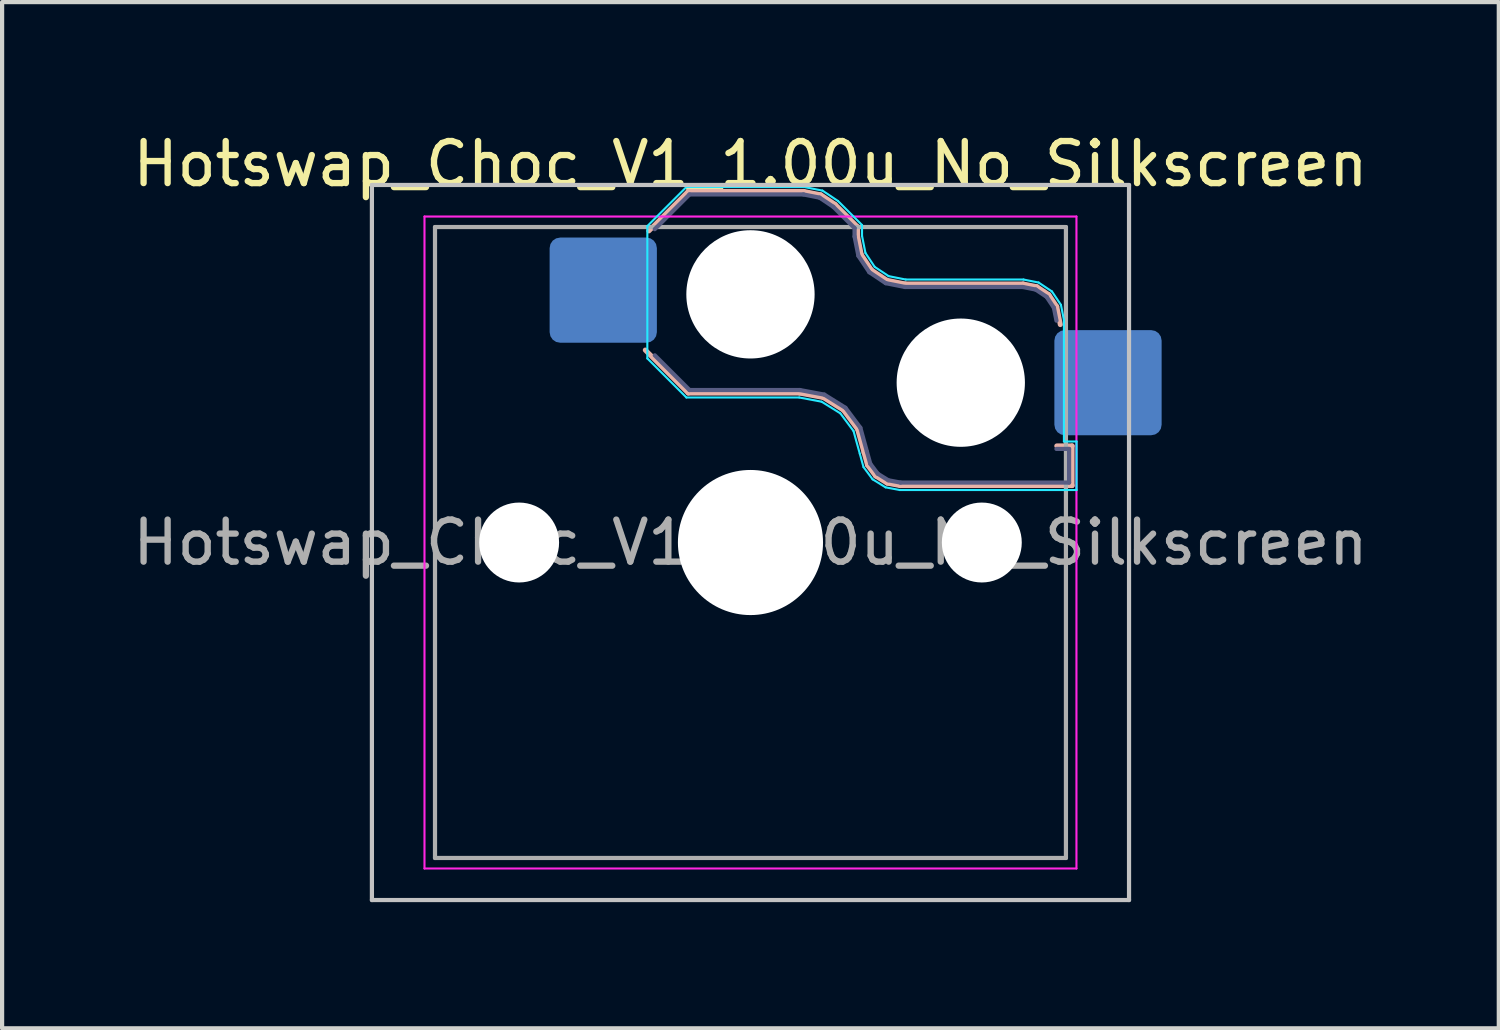
<source format=kicad_pcb>
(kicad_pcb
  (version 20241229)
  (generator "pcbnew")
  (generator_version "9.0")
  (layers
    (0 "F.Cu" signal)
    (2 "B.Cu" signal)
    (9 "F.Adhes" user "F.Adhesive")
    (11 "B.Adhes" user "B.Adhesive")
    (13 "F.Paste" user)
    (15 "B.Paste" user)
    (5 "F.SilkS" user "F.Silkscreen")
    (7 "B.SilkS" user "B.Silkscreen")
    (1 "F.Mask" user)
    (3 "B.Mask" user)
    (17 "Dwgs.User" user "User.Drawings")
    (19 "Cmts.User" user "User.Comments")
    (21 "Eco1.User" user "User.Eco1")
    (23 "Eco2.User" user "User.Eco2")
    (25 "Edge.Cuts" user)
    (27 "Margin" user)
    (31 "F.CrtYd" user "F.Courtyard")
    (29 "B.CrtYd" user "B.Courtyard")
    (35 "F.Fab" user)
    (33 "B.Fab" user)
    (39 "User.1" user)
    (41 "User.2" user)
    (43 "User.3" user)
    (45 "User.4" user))
  (footprint "Hotswap_Choc_V1_1.00u_No_Silkscreen"
    (layer "F.Cu")
    (at 14.792 9.848)
    (property "Reference" "Hotswap_Choc_V1_1.00u_No_Silkscreen" (at 0 -9 0) (layer "F.SilkS") (effects (font (size 1 1) (thickness 0.15))))
    (attr smd)
    (fp_line (start -2.416 -7.409) (end -1.479 -8.346) (stroke (width 0.12) (type solid)) (layer "B.SilkS"))
    (fp_line (start -1.479 -8.346) (end 1.268 -8.346) (stroke (width 0.12) (type solid)) (layer "B.SilkS"))
    (fp_line (start -1.479 -3.554) (end -2.5 -4.575) (stroke (width 0.12) (type solid)) (layer "B.SilkS"))
    (fp_line (start 1.168 -3.554) (end -1.479 -3.554) (stroke (width 0.12) (type solid)) (layer "B.SilkS"))
    (fp_line (start 1.268 -8.346) (end 1.671 -8.266) (stroke (width 0.12) (type solid)) (layer "B.SilkS"))
    (fp_line (start 1.671 -8.266) (end 2.013 -8.037) (stroke (width 0.12) (type solid)) (layer "B.SilkS"))
    (fp_line (start 1.73 -3.449) (end 1.168 -3.554) (stroke (width 0.12) (type solid)) (layer "B.SilkS"))
    (fp_line (start 2.013 -8.037) (end 2.546 -7.504) (stroke (width 0.12) (type solid)) (layer "B.SilkS"))
    (fp_line (start 2.209 -3.15) (end 1.73 -3.449) (stroke (width 0.12) (type solid)) (layer "B.SilkS"))
    (fp_line (start 2.546 -7.504) (end 2.546 -7.282) (stroke (width 0.12) (type solid)) (layer "B.SilkS"))
    (fp_line (start 2.546 -7.282) (end 2.633 -6.844) (stroke (width 0.12) (type solid)) (layer "B.SilkS"))
    (fp_line (start 2.547 -2.697) (end 2.209 -3.15) (stroke (width 0.12) (type solid)) (layer "B.SilkS"))
    (fp_line (start 2.633 -6.844) (end 2.877 -6.477) (stroke (width 0.12) (type solid)) (layer "B.SilkS"))
    (fp_line (start 2.701 -2.139) (end 2.547 -2.697) (stroke (width 0.12) (type solid)) (layer "B.SilkS"))
    (fp_line (start 2.783 -1.841) (end 2.701 -2.139) (stroke (width 0.12) (type solid)) (layer "B.SilkS"))
    (fp_line (start 2.877 -6.477) (end 3.244 -6.233) (stroke (width 0.12) (type solid)) (layer "B.SilkS"))
    (fp_line (start 2.976 -1.583) (end 2.783 -1.841) (stroke (width 0.12) (type solid)) (layer "B.SilkS"))
    (fp_line (start 3.244 -6.233) (end 3.682 -6.146) (stroke (width 0.12) (type solid)) (layer "B.SilkS"))
    (fp_line (start 3.25 -1.413) (end 2.976 -1.583) (stroke (width 0.12) (type solid)) (layer "B.SilkS"))
    (fp_line (start 3.56 -1.354) (end 3.25 -1.413) (stroke (width 0.12) (type solid)) (layer "B.SilkS"))
    (fp_line (start 3.682 -6.146) (end 6.482 -6.146) (stroke (width 0.12) (type solid)) (layer "B.SilkS"))
    (fp_line (start 6.482 -6.146) (end 6.809 -6.081) (stroke (width 0.12) (type solid)) (layer "B.SilkS"))
    (fp_line (start 6.809 -6.081) (end 7.092 -5.892) (stroke (width 0.12) (type solid)) (layer "B.SilkS"))
    (fp_line (start 7.092 -5.892) (end 7.281 -5.609) (stroke (width 0.12) (type solid)) (layer "B.SilkS"))
    (fp_line (start 7.281 -5.609) (end 7.366 -5.182) (stroke (width 0.12) (type solid)) (layer "B.SilkS"))
    (fp_line (start 7.283 -2.296) (end 7.646 -2.296) (stroke (width 0.12) (type solid)) (layer "B.SilkS"))
    (fp_line (start 7.646 -2.296) (end 7.646 -1.354) (stroke (width 0.12) (type solid)) (layer "B.SilkS"))
    (fp_line (start 7.646 -1.354) (end 3.56 -1.354) (stroke (width 0.12) (type solid)) (layer "B.SilkS"))
    (fp_line (start -9 -8.5) (end -9 8.5) (stroke (width 0.1) (type solid)) (layer "Dwgs.User"))
    (fp_line (start -9 8.5) (end 9 8.5) (stroke (width 0.1) (type solid)) (layer "Dwgs.User"))
    (fp_line (start 9 -8.5) (end -9 -8.5) (stroke (width 0.1) (type solid)) (layer "Dwgs.User"))
    (fp_line (start 9 8.5) (end 9 -8.5) (stroke (width 0.1) (type solid)) (layer "Dwgs.User"))
    (fp_line (start -7.25 -7.25) (end -7.25 7.25) (stroke (width 0.1) (type solid)) (layer "Eco1.User"))
    (fp_line (start -7.25 7.25) (end 7.25 7.25) (stroke (width 0.1) (type solid)) (layer "Eco1.User"))
    (fp_line (start 7.25 -7.25) (end -7.25 -7.25) (stroke (width 0.1) (type solid)) (layer "Eco1.User"))
    (fp_line (start 7.25 7.25) (end 7.25 -7.25) (stroke (width 0.1) (type solid)) (layer "Eco1.User"))
    (fp_line (start -2.452 -7.523) (end -1.523 -8.452) (stroke (width 0.05) (type solid)) (layer "B.CrtYd"))
    (fp_line (start -2.452 -4.377) (end -2.452 -7.523) (stroke (width 0.05) (type solid)) (layer "B.CrtYd"))
    (fp_line (start -1.523 -8.452) (end 1.278 -8.452) (stroke (width 0.05) (type solid)) (layer "B.CrtYd"))
    (fp_line (start -1.523 -3.448) (end -2.452 -4.377) (stroke (width 0.05) (type solid)) (layer "B.CrtYd"))
    (fp_line (start 1.159 -3.448) (end -1.523 -3.448) (stroke (width 0.05) (type solid)) (layer "B.CrtYd"))
    (fp_line (start 1.278 -8.452) (end 1.712 -8.366) (stroke (width 0.05) (type solid)) (layer "B.CrtYd"))
    (fp_line (start 1.691 -3.348) (end 1.159 -3.448) (stroke (width 0.05) (type solid)) (layer "B.CrtYd"))
    (fp_line (start 1.712 -8.366) (end 2.081 -8.119) (stroke (width 0.05) (type solid)) (layer "B.CrtYd"))
    (fp_line (start 2.081 -8.119) (end 2.652 -7.548) (stroke (width 0.05) (type solid)) (layer "B.CrtYd"))
    (fp_line (start 2.136 -3.071) (end 1.691 -3.348) (stroke (width 0.05) (type solid)) (layer "B.CrtYd"))
    (fp_line (start 2.45 -2.65) (end 2.136 -3.071) (stroke (width 0.05) (type solid)) (layer "B.CrtYd"))
    (fp_line (start 2.599 -2.111) (end 2.45 -2.65) (stroke (width 0.05) (type solid)) (layer "B.CrtYd"))
    (fp_line (start 2.652 -7.548) (end 2.652 -7.292) (stroke (width 0.05) (type solid)) (layer "B.CrtYd"))
    (fp_line (start 2.652 -7.292) (end 2.733 -6.885) (stroke (width 0.05) (type solid)) (layer "B.CrtYd"))
    (fp_line (start 2.687 -1.794) (end 2.599 -2.111) (stroke (width 0.05) (type solid)) (layer "B.CrtYd"))
    (fp_line (start 2.733 -6.885) (end 2.953 -6.553) (stroke (width 0.05) (type solid)) (layer "B.CrtYd"))
    (fp_line (start 2.903 -1.503) (end 2.687 -1.794) (stroke (width 0.05) (type solid)) (layer "B.CrtYd"))
    (fp_line (start 2.953 -6.553) (end 3.285 -6.333) (stroke (width 0.05) (type solid)) (layer "B.CrtYd"))
    (fp_line (start 3.211 -1.312) (end 2.903 -1.503) (stroke (width 0.05) (type solid)) (layer "B.CrtYd"))
    (fp_line (start 3.285 -6.333) (end 3.692 -6.252) (stroke (width 0.05) (type solid)) (layer "B.CrtYd"))
    (fp_line (start 3.55 -1.248) (end 3.211 -1.312) (stroke (width 0.05) (type solid)) (layer "B.CrtYd"))
    (fp_line (start 3.692 -6.252) (end 6.492 -6.252) (stroke (width 0.05) (type solid)) (layer "B.CrtYd"))
    (fp_line (start 6.492 -6.252) (end 6.85 -6.181) (stroke (width 0.05) (type solid)) (layer "B.CrtYd"))
    (fp_line (start 6.85 -6.181) (end 7.168 -5.968) (stroke (width 0.05) (type solid)) (layer "B.CrtYd"))
    (fp_line (start 7.168 -5.968) (end 7.381 -5.65) (stroke (width 0.05) (type solid)) (layer "B.CrtYd"))
    (fp_line (start 7.381 -5.65) (end 7.452 -5.292) (stroke (width 0.05) (type solid)) (layer "B.CrtYd"))
    (fp_line (start 7.452 -5.292) (end 7.452 -2.402) (stroke (width 0.05) (type solid)) (layer "B.CrtYd"))
    (fp_line (start 7.452 -2.402) (end 7.752 -2.402) (stroke (width 0.05) (type solid)) (layer "B.CrtYd"))
    (fp_line (start 7.752 -2.402) (end 7.752 -1.248) (stroke (width 0.05) (type solid)) (layer "B.CrtYd"))
    (fp_line (start 7.752 -1.248) (end 3.55 -1.248) (stroke (width 0.05) (type solid)) (layer "B.CrtYd"))
    (fp_line (start -7.75 -7.75) (end -7.75 7.75) (stroke (width 0.05) (type solid)) (layer "F.CrtYd"))
    (fp_line (start -7.75 7.75) (end 7.75 7.75) (stroke (width 0.05) (type solid)) (layer "F.CrtYd"))
    (fp_line (start 7.75 -7.75) (end -7.75 -7.75) (stroke (width 0.05) (type solid)) (layer "F.CrtYd"))
    (fp_line (start 7.75 7.75) (end 7.75 -7.75) (stroke (width 0.05) (type solid)) (layer "F.CrtYd"))
    (fp_line (start -2.275 -7.45) (end -1.45 -8.275) (stroke (width 0.1) (type solid)) (layer "B.Fab"))
    (fp_line (start -1.45 -8.275) (end 1.261 -8.275) (stroke (width 0.1) (type solid)) (layer "B.Fab"))
    (fp_line (start -1.45 -3.625) (end -2.275 -4.45) (stroke (width 0.1) (type solid)) (layer "B.Fab"))
    (fp_line (start 1.175 -3.625) (end -1.45 -3.625) (stroke (width 0.1) (type solid)) (layer "B.Fab"))
    (fp_line (start 1.261 -8.275) (end 1.643 -8.199) (stroke (width 0.1) (type solid)) (layer "B.Fab"))
    (fp_line (start 1.643 -8.199) (end 1.968 -7.982) (stroke (width 0.1) (type solid)) (layer "B.Fab"))
    (fp_line (start 1.756 -3.516) (end 1.175 -3.625) (stroke (width 0.1) (type solid)) (layer "B.Fab"))
    (fp_line (start 1.968 -7.982) (end 2.475 -7.475) (stroke (width 0.1) (type solid)) (layer "B.Fab"))
    (fp_line (start 2.258 -3.203) (end 1.756 -3.516) (stroke (width 0.1) (type solid)) (layer "B.Fab"))
    (fp_line (start 2.475 -7.475) (end 2.475 -7.275) (stroke (width 0.1) (type solid)) (layer "B.Fab"))
    (fp_line (start 2.475 -7.275) (end 2.566 -6.816) (stroke (width 0.1) (type solid)) (layer "B.Fab"))
    (fp_line (start 2.566 -6.816) (end 2.826 -6.426) (stroke (width 0.1) (type solid)) (layer "B.Fab"))
    (fp_line (start 2.612 -2.729) (end 2.258 -3.203) (stroke (width 0.1) (type solid)) (layer "B.Fab"))
    (fp_line (start 2.769 -2.158) (end 2.612 -2.729) (stroke (width 0.1) (type solid)) (layer "B.Fab"))
    (fp_line (start 2.826 -6.426) (end 3.216 -6.166) (stroke (width 0.1) (type solid)) (layer "B.Fab"))
    (fp_line (start 2.848 -1.873) (end 2.769 -2.158) (stroke (width 0.1) (type solid)) (layer "B.Fab"))
    (fp_line (start 3.025 -1.636) (end 2.848 -1.873) (stroke (width 0.1) (type solid)) (layer "B.Fab"))
    (fp_line (start 3.216 -6.166) (end 3.675 -6.075) (stroke (width 0.1) (type solid)) (layer "B.Fab"))
    (fp_line (start 3.276 -1.48) (end 3.025 -1.636) (stroke (width 0.1) (type solid)) (layer "B.Fab"))
    (fp_line (start 3.567 -1.425) (end 3.276 -1.48) (stroke (width 0.1) (type solid)) (layer "B.Fab"))
    (fp_line (start 3.675 -6.075) (end 6.475 -6.075) (stroke (width 0.1) (type solid)) (layer "B.Fab"))
    (fp_line (start 6.475 -6.075) (end 6.781 -6.014) (stroke (width 0.1) (type solid)) (layer "B.Fab"))
    (fp_line (start 6.781 -6.014) (end 7.041 -5.841) (stroke (width 0.1) (type solid)) (layer "B.Fab"))
    (fp_line (start 7.041 -5.841) (end 7.214 -5.581) (stroke (width 0.1) (type solid)) (layer "B.Fab"))
    (fp_line (start 7.214 -5.581) (end 7.275 -5.275) (stroke (width 0.1) (type solid)) (layer "B.Fab"))
    (fp_line (start 7.275 -2.225) (end 7.575 -2.225) (stroke (width 0.1) (type solid)) (layer "B.Fab"))
    (fp_line (start 7.575 -2.225) (end 7.575 -1.425) (stroke (width 0.1) (type solid)) (layer "B.Fab"))
    (fp_line (start 7.575 -1.425) (end 3.567 -1.425) (stroke (width 0.1) (type solid)) (layer "B.Fab"))
    (fp_line (start -7.5 -7.5) (end -7.5 7.5) (stroke (width 0.1) (type solid)) (layer "F.Fab"))
    (fp_line (start -7.5 7.5) (end 7.5 7.5) (stroke (width 0.1) (type solid)) (layer "F.Fab"))
    (fp_line (start 7.5 -7.5) (end -7.5 -7.5) (stroke (width 0.1) (type solid)) (layer "F.Fab"))
    (fp_line (start 7.5 7.5) (end 7.5 -7.5) (stroke (width 0.1) (type solid)) (layer "F.Fab"))
    (fp_text user "${REFERENCE}" (at 0 0 0) (layer "F.Fab") (effects (font (size 1 1) (thickness 0.15))))
    (pad "" np_thru_hole circle (at -5.5 0) (size 1.9 1.9) (drill 1.9) (layers "*.Cu" "*.Mask"))
    (pad "" np_thru_hole circle (at 0 -5.9) (size 3.05 3.05) (drill 3.05) (layers "*.Cu" "*.Mask"))
    (pad "" np_thru_hole circle (at 0 0) (size 3.45 3.45) (drill 3.45) (layers "*.Cu" "*.Mask"))
    (pad "" np_thru_hole circle (at 5 -3.8) (size 3.05 3.05) (drill 3.05) (layers "*.Cu" "*.Mask"))
    (pad "" np_thru_hole circle (at 5.5 0) (size 1.9 1.9) (drill 1.9) (layers "*.Cu" "*.Mask"))
    (pad "1" smd roundrect (at -3.5 -6) (size 2.55 2.5) (layers "B.Cu" "B.Mask" "B.Paste") (roundrect_rratio 0.1))
    (pad "2" smd roundrect (at 8.5 -3.8) (size 2.55 2.5) (layers "B.Cu" "B.Mask" "B.Paste") (roundrect_rratio 0.1)))
  (gr_rect
    (start -3 -3)
    (end 32.583 21.398)
    (stroke (width 0.1) (type default))
    (fill no)
    (layer "Edge.Cuts")))
</source>
